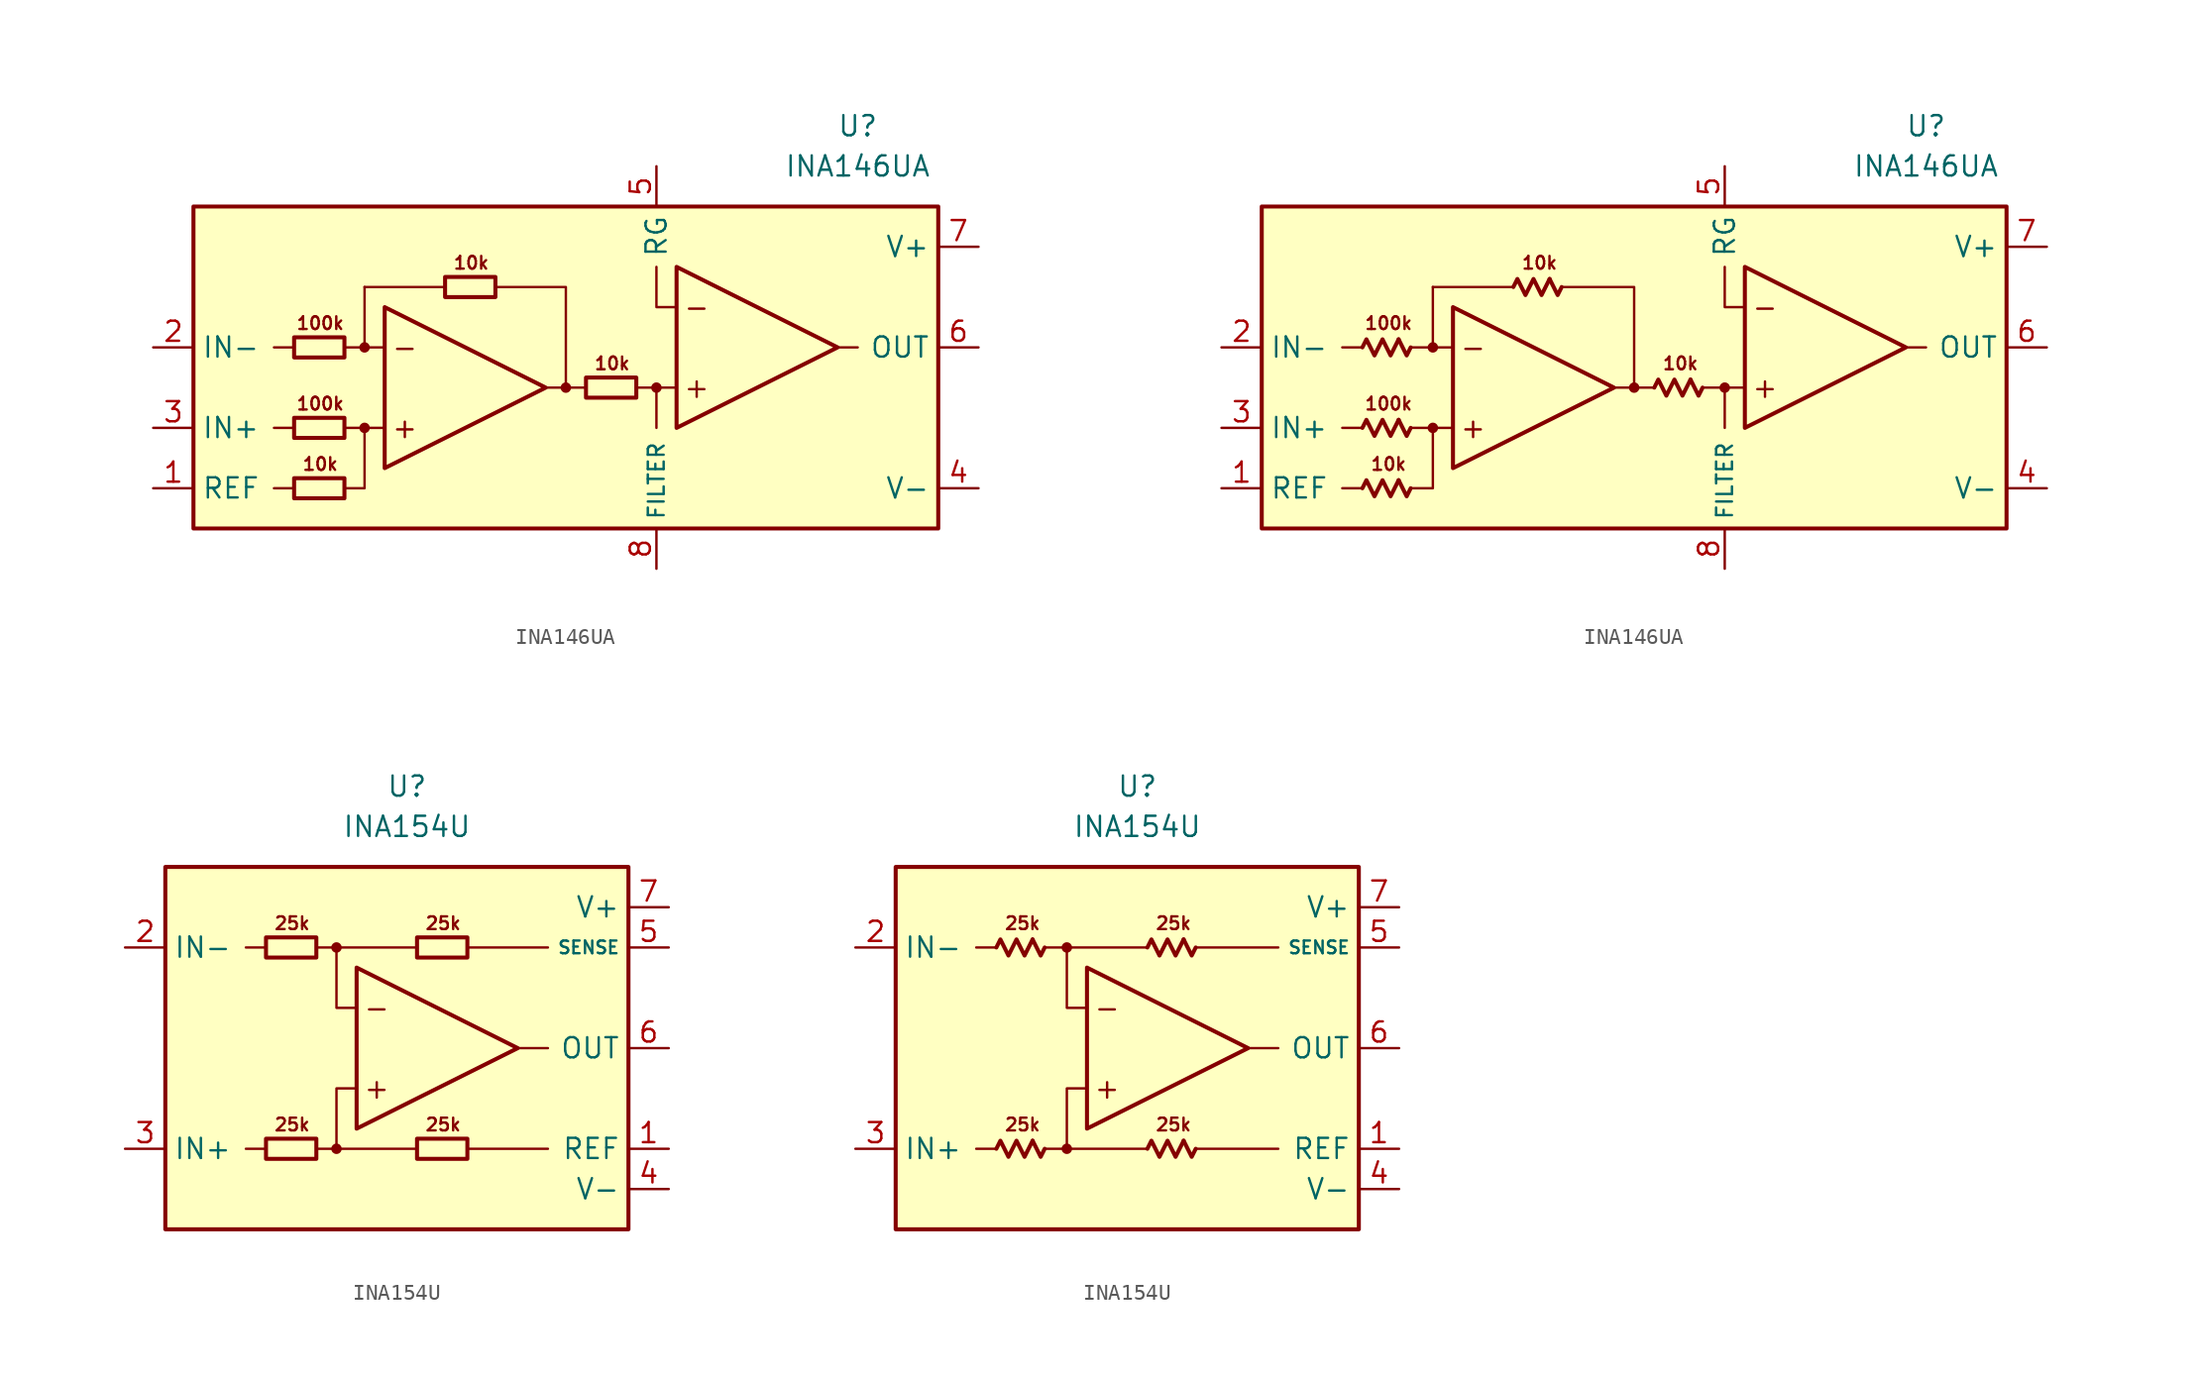
<source format=kicad_sym>
(kicad_symbol_lib
  (version 20231120)
  (generator "kicad_symbol_editor")
  (generator_version "8.0")
  (symbol "INA146UA"
    (property "Reference" "U"
      (at 17.78 15.24 0)
      (effects (font (size 1.27 1.27))))
    (property "Value" "INA146UA"
      (at 17.78 12.7 0)
      (effects (font (size 1.27 1.27))))
    (symbol "INA146UA_0_0"
      (rectangle (start -24.13 10.16) (end 22.86 -10.16) (stroke (width 0.254) (type default)) (fill (type background)))
      (circle (center -13.335 -3.81) (radius 0.254) (stroke (width 0.152) (type default)) (fill (type outline)))
      (circle (center -13.335 1.27) (radius 0.254) (stroke (width 0.152) (type default)) (fill (type outline)))
      (circle (center -0.635 -1.27) (radius 0.254) (stroke (width 0.152) (type default)) (fill (type outline)))
      (polyline (pts (xy -17.78 -7.62) (xy -19.05 -7.62)) (stroke (width 0.152) (type default)) (fill (type none)))
      (polyline (pts (xy -17.78 -3.81) (xy -19.05 -3.81)) (stroke (width 0.152) (type default)) (fill (type none)))
      (polyline (pts (xy -17.78 1.27) (xy -19.05 1.27)) (stroke (width 0.152) (type default)) (fill (type none)))
      (polyline (pts (xy -13.335 -3.81) (xy -14.605 -3.81)) (stroke (width 0) (type default)) (fill (type none)))
      (polyline (pts (xy -13.335 1.27) (xy -14.605 1.27)) (stroke (width 0) (type default)) (fill (type none)))
      (polyline (pts (xy -8.255 5.08) (xy -13.335 5.08)) (stroke (width 0.152) (type default)) (fill (type none)))
      (polyline (pts (xy -1.905 -1.27) (xy -0.635 -1.27)) (stroke (width 0.152) (type default)) (fill (type none)))
      (polyline (pts (xy 0.635 -1.27) (xy -0.635 -1.27)) (stroke (width 0.152) (type default)) (fill (type none)))
      (polyline (pts (xy 3.81 -1.27) (xy 5.08 -1.27)) (stroke (width 0.152) (type default)) (fill (type none)))
      (polyline (pts (xy 6.35 -1.27) (xy 5.08 -1.27)) (stroke (width 0.152) (type default)) (fill (type none)))
      (polyline (pts (xy 16.51 1.27) (xy 17.78 1.27)) (stroke (width 0.152) (type default)) (fill (type none)))
      (polyline (pts (xy -0.635 -1.27) (xy -0.635 5.08) (xy -5.08 5.08)) (stroke (width 0.152) (type default)) (fill (type none)))
      (polyline (pts (xy 5.08 -1.27) (xy 5.08 -3.81) (xy 5.08 -3.81)) (stroke (width 0.152) (type default)) (fill (type none)))
      (polyline (pts (xy 6.35 3.81) (xy 5.08 3.81) (xy 5.08 6.35)) (stroke (width 0.152) (type default)) (fill (type none)))
      (polyline (pts (xy -14.605 -7.62) (xy -13.335 -7.62) (xy -13.335 -3.81) (xy -12.065 -3.81)) (stroke (width 0.152) (type default)) (fill (type none)))
      (polyline (pts (xy -12.065 1.27) (xy -13.335 1.27) (xy -13.335 5.08) (xy -13.335 5.08)) (stroke (width 0.152) (type default)) (fill (type none)))
      (polyline (pts (xy -12.065 3.81) (xy -12.065 -6.35) (xy -1.905 -1.27) (xy -12.065 3.81)) (stroke (width 0.254) (type default)) (fill (type none)))
      (polyline (pts (xy 6.35 6.35) (xy 6.35 -3.81) (xy 16.51 1.27) (xy 6.35 6.35)) (stroke (width 0.254) (type default)) (fill (type none)))
      (circle (center 5.08 -1.27) (radius 0.254) (stroke (width 0.152) (type default)) (fill (type outline)))
      (text "+" (at -10.795 -3.81 0) (effects (font (size 1.27 1.27))))
      (text "+" (at 7.62 -1.27 0) (effects (font (size 1.27 1.27))))
      (text "-" (at -10.795 1.27 0) (effects (font (size 1.27 1.27))))
      (text "-" (at 7.62 3.81 0) (effects (font (size 1.27 1.27))))
      (text "100k" (at -16.129 -2.286 0) (effects (font (size 0.8 0.8))))
      (text "100k" (at -16.129 2.794 0) (effects (font (size 0.8 0.8))))
      (text "10k" (at -16.129 -6.096 0) (effects (font (size 0.8 0.8))))
      (text "10k" (at -6.604 6.604 0) (effects (font (size 0.8 0.8))))
      (text "10k" (at 2.286 0.254 0) (effects (font (size 0.8 0.8)))))
    (symbol "INA146UA_0_1"
      (rectangle (start -17.78 -6.985) (end -14.605 -8.255) (stroke (width 0.254) (type default)) (fill (type none)))
      (rectangle (start -17.78 -3.175) (end -14.605 -4.445) (stroke (width 0.254) (type default)) (fill (type none)))
      (rectangle (start -17.78 1.905) (end -14.605 0.635) (stroke (width 0.254) (type default)) (fill (type none)))
      (rectangle (start -8.255 5.715) (end -5.08 4.445) (stroke (width 0.254) (type default)) (fill (type none)))
      (rectangle (start 0.635 -0.635) (end 3.81 -1.905) (stroke (width 0.254) (type default)) (fill (type none))))
    (symbol "INA146UA_0_2"
      (polyline (pts (xy -15.494 -7.112) (xy -14.986 -8.128) (xy -14.732 -7.62)) (stroke (width 0.254) (type default)) (fill (type none)))
      (polyline (pts (xy -15.494 -3.302) (xy -14.986 -4.318) (xy -14.732 -3.81)) (stroke (width 0.254) (type default)) (fill (type none)))
      (polyline (pts (xy -15.494 1.778) (xy -14.986 0.762) (xy -14.732 1.27)) (stroke (width 0.254) (type default)) (fill (type none)))
      (polyline (pts (xy -5.969 5.588) (xy -5.461 4.572) (xy -5.207 5.08)) (stroke (width 0.254) (type default)) (fill (type none)))
      (polyline (pts (xy 2.921 -0.762) (xy 3.429 -1.778) (xy 3.683 -1.27)) (stroke (width 0.254) (type default)) (fill (type none)))
      (polyline (pts (xy -17.78 -7.62) (xy -17.526 -7.112) (xy -17.018 -8.128) (xy -16.51 -7.112) (xy -16.002 -8.128) (xy -15.494 -7.112)) (stroke (width 0.254) (type default)) (fill (type none)))
      (polyline (pts (xy -17.78 -3.81) (xy -17.526 -3.302) (xy -17.018 -4.318) (xy -16.51 -3.302) (xy -16.002 -4.318) (xy -15.494 -3.302)) (stroke (width 0.254) (type default)) (fill (type none)))
      (polyline (pts (xy -17.78 1.27) (xy -17.526 1.778) (xy -17.018 0.762) (xy -16.51 1.778) (xy -16.002 0.762) (xy -15.494 1.778)) (stroke (width 0.254) (type default)) (fill (type none)))
      (polyline (pts (xy -8.255 5.08) (xy -8.001 5.588) (xy -7.493 4.572) (xy -6.985 5.588) (xy -6.477 4.572) (xy -5.969 5.588)) (stroke (width 0.254) (type default)) (fill (type none)))
      (polyline (pts (xy 0.635 -1.27) (xy 0.889 -0.762) (xy 1.397 -1.778) (xy 1.905 -0.762) (xy 2.413 -1.778) (xy 2.921 -0.762)) (stroke (width 0.254) (type default)) (fill (type none))))
    (symbol "INA146UA_1_1"
      (pin input line (at -26.67 -7.62 0) (length 2.54) (name "REF" (effects (font (size 1.27 1.27)))) (number "1" (effects (font (size 1.27 1.27)))))
      (pin input line (at -26.67 1.27 0) (length 2.54) (name "IN-" (effects (font (size 1.27 1.27)))) (number "2" (effects (font (size 1.27 1.27)))))
      (pin input line (at -26.67 -3.81 0) (length 2.54) (name "IN+" (effects (font (size 1.27 1.27)))) (number "3" (effects (font (size 1.27 1.27)))))
      (pin power_in line (at 25.4 -7.62 180) (length 2.54) (name "V-" (effects (font (size 1.27 1.27)))) (number "4" (effects (font (size 1.27 1.27)))))
      (pin passive line (at 5.08 12.7 270) (length 2.54) (name "RG" (effects (font (size 1.27 1.27)))) (number "5" (effects (font (size 1.27 1.27)))))
      (pin output line (at 25.4 1.27 180) (length 2.54) (name "OUT" (effects (font (size 1.27 1.27)))) (number "6" (effects (font (size 1.27 1.27)))))
      (pin power_in line (at 25.4 7.62 180) (length 2.54) (name "V+" (effects (font (size 1.27 1.27)))) (number "7" (effects (font (size 1.27 1.27)))))
      (pin passive line (at 5.08 -12.7 90) (length 2.54) (name "FILTER" (effects (font (size 1 1)))) (number "8" (effects (font (size 1.27 1.27))))))
    (symbol "INA146UA_1_2"
      (pin input line (at -26.67 -7.62 0) (length 2.54) (name "REF" (effects (font (size 1.27 1.27)))) (number "1" (effects (font (size 1.27 1.27)))))
      (pin input line (at -26.67 1.27 0) (length 2.54) (name "IN-" (effects (font (size 1.27 1.27)))) (number "2" (effects (font (size 1.27 1.27)))))
      (pin input line (at -26.67 -3.81 0) (length 2.54) (name "IN+" (effects (font (size 1.27 1.27)))) (number "3" (effects (font (size 1.27 1.27)))))
      (pin power_in line (at 25.4 -7.62 180) (length 2.54) (name "V-" (effects (font (size 1.27 1.27)))) (number "4" (effects (font (size 1.27 1.27)))))
      (pin passive line (at 5.08 12.7 270) (length 2.54) (name "RG" (effects (font (size 1.27 1.27)))) (number "5" (effects (font (size 1.27 1.27)))))
      (pin output line (at 25.4 1.27 180) (length 2.54) (name "OUT" (effects (font (size 1.27 1.27)))) (number "6" (effects (font (size 1.27 1.27)))))
      (pin power_in line (at 25.4 7.62 180) (length 2.54) (name "V+" (effects (font (size 1.27 1.27)))) (number "7" (effects (font (size 1.27 1.27)))))
      (pin passive line (at 5.08 -12.7 90) (length 2.54) (name "FILTER" (effects (font (size 1 1)))) (number "8" (effects (font (size 1.27 1.27)))))))
  (symbol "INA154U"
    (property "Reference" "U"
      (at 0 16.51 0)
      (effects (font (size 1.27 1.27))))
    (property "Value" "INA154U"
      (at 0 13.97 0)
      (effects (font (size 1.27 1.27))))
    (symbol "INA154U_0_0"
      (rectangle (start -15.24 11.43) (end 13.97 -11.43) (stroke (width 0.254) (type default)) (fill (type background)))
      (circle (center -4.445 -6.35) (radius 0.254) (stroke (width 0.152) (type default)) (fill (type outline)))
      (circle (center -4.445 6.35) (radius 0.254) (stroke (width 0.152) (type default)) (fill (type outline)))
      (polyline (pts (xy -8.89 -6.35) (xy -10.16 -6.35)) (stroke (width 0.152) (type default)) (fill (type none)))
      (polyline (pts (xy -8.89 6.35) (xy -10.16 6.35)) (stroke (width 0.152) (type default)) (fill (type none)))
      (polyline (pts (xy -4.445 6.35) (xy 0.635 6.35)) (stroke (width 0.152) (type default)) (fill (type none)))
      (polyline (pts (xy 0.635 -6.35) (xy -4.445 -6.35)) (stroke (width 0.152) (type default)) (fill (type none)))
      (polyline (pts (xy 3.81 -6.35) (xy 8.89 -6.35)) (stroke (width 0.152) (type default)) (fill (type none)))
      (polyline (pts (xy 3.81 6.35) (xy 8.89 6.35)) (stroke (width 0.152) (type default)) (fill (type none)))
      (polyline (pts (xy 8.89 0) (xy 6.985 0)) (stroke (width 0.152) (type default)) (fill (type none)))
      (polyline (pts (xy -5.715 -6.35) (xy -4.445 -6.35) (xy -4.445 -2.54) (xy -3.175 -2.54)) (stroke (width 0.152) (type default)) (fill (type none)))
      (polyline (pts (xy -3.175 2.54) (xy -4.445 2.54) (xy -4.445 6.35) (xy -5.715 6.35)) (stroke (width 0.152) (type default)) (fill (type none)))
      (polyline (pts (xy -3.175 5.08) (xy -3.175 -5.08) (xy 6.985 0) (xy -3.175 5.08)) (stroke (width 0.254) (type default)) (fill (type none)))
      (text "+" (at -1.905 -2.54 0) (effects (font (size 1.27 1.27))))
      (text "-" (at -1.905 2.54 0) (effects (font (size 1.27 1.27))))
      (text "25k" (at -7.239 -4.826 0) (effects (font (size 0.8 0.8))))
      (text "25k" (at -7.239 7.874 0) (effects (font (size 0.8 0.8))))
      (text "25k" (at 2.286 -4.826 0) (effects (font (size 0.8 0.8))))
      (text "25k" (at 2.286 7.874 0) (effects (font (size 0.8 0.8)))))
    (symbol "INA154U_0_1"
      (rectangle (start -8.89 -5.715) (end -5.715 -6.985) (stroke (width 0.254) (type default)) (fill (type none)))
      (rectangle (start -8.89 6.985) (end -5.715 5.715) (stroke (width 0.254) (type default)) (fill (type none)))
      (rectangle (start 0.635 -5.715) (end 3.81 -6.985) (stroke (width 0.254) (type default)) (fill (type none)))
      (rectangle (start 0.635 6.985) (end 3.81 5.715) (stroke (width 0.254) (type default)) (fill (type none))))
    (symbol "INA154U_0_2"
      (polyline (pts (xy -6.604 -5.842) (xy -6.096 -6.858) (xy -5.842 -6.35)) (stroke (width 0.254) (type default)) (fill (type none)))
      (polyline (pts (xy -6.604 6.858) (xy -6.096 5.842) (xy -5.842 6.35)) (stroke (width 0.254) (type default)) (fill (type none)))
      (polyline (pts (xy 2.921 -5.842) (xy 3.429 -6.858) (xy 3.683 -6.35)) (stroke (width 0.254) (type default)) (fill (type none)))
      (polyline (pts (xy 2.921 6.858) (xy 3.429 5.842) (xy 3.683 6.35)) (stroke (width 0.254) (type default)) (fill (type none)))
      (polyline (pts (xy -8.89 -6.35) (xy -8.636 -5.842) (xy -8.128 -6.858) (xy -7.62 -5.842) (xy -7.112 -6.858) (xy -6.604 -5.842)) (stroke (width 0.254) (type default)) (fill (type none)))
      (polyline (pts (xy -8.89 6.35) (xy -8.636 6.858) (xy -8.128 5.842) (xy -7.62 6.858) (xy -7.112 5.842) (xy -6.604 6.858)) (stroke (width 0.254) (type default)) (fill (type none)))
      (polyline (pts (xy 0.635 -6.35) (xy 0.889 -5.842) (xy 1.397 -6.858) (xy 1.905 -5.842) (xy 2.413 -6.858) (xy 2.921 -5.842)) (stroke (width 0.254) (type default)) (fill (type none)))
      (polyline (pts (xy 0.635 6.35) (xy 0.889 6.858) (xy 1.397 5.842) (xy 1.905 6.858) (xy 2.413 5.842) (xy 2.921 6.858)) (stroke (width 0.254) (type default)) (fill (type none))))
    (symbol "INA154U_1_1"
      (pin input line (at 16.51 -6.35 180) (length 2.54) (name "REF" (effects (font (size 1.27 1.27)))) (number "1" (effects (font (size 1.27 1.27)))))
      (pin input line (at -17.78 6.35 0) (length 2.54) (name "IN-" (effects (font (size 1.27 1.27)))) (number "2" (effects (font (size 1.27 1.27)))))
      (pin input line (at -17.78 -6.35 0) (length 2.54) (name "IN+" (effects (font (size 1.27 1.27)))) (number "3" (effects (font (size 1.27 1.27)))))
      (pin power_in line (at 16.51 -8.89 180) (length 2.54) (name "V-" (effects (font (size 1.27 1.27)))) (number "4" (effects (font (size 1.27 1.27)))))
      (pin input line (at 16.51 6.35 180) (length 2.54) (name "SENSE" (effects (font (size 0.8 0.8)))) (number "5" (effects (font (size 1.27 1.27)))))
      (pin output line (at 16.51 0 180) (length 2.54) (name "OUT" (effects (font (size 1.27 1.27)))) (number "6" (effects (font (size 1.27 1.27)))))
      (pin power_in line (at 16.51 8.89 180) (length 2.54) (name "V+" (effects (font (size 1.27 1.27)))) (number "7" (effects (font (size 1.27 1.27)))))
      (pin free line (at -10.16 0 0) (length 2.54) hide (name "NC" (effects (font (size 1.27 1.27)))) (number "8" (effects (font (size 1.27 1.27))))))
    (symbol "INA154U_1_2"
      (pin input line (at 16.51 -6.35 180) (length 2.54) (name "REF" (effects (font (size 1.27 1.27)))) (number "1" (effects (font (size 1.27 1.27)))))
      (pin input line (at -17.78 6.35 0) (length 2.54) (name "IN-" (effects (font (size 1.27 1.27)))) (number "2" (effects (font (size 1.27 1.27)))))
      (pin input line (at -17.78 -6.35 0) (length 2.54) (name "IN+" (effects (font (size 1.27 1.27)))) (number "3" (effects (font (size 1.27 1.27)))))
      (pin power_in line (at 16.51 -8.89 180) (length 2.54) (name "V-" (effects (font (size 1.27 1.27)))) (number "4" (effects (font (size 1.27 1.27)))))
      (pin input line (at 16.51 6.35 180) (length 2.54) (name "SENSE" (effects (font (size 0.8 0.8)))) (number "5" (effects (font (size 1.27 1.27)))))
      (pin output line (at 16.51 0 180) (length 2.54) (name "OUT" (effects (font (size 1.27 1.27)))) (number "6" (effects (font (size 1.27 1.27)))))
      (pin power_in line (at 16.51 8.89 180) (length 2.54) (name "V+" (effects (font (size 1.27 1.27)))) (number "7" (effects (font (size 1.27 1.27)))))
      (pin free line (at -10.16 0 0) (length 2.54) hide (name "NC" (effects (font (size 1.27 1.27)))) (number "8" (effects (font (size 1.27 1.27))))))))
</source>
